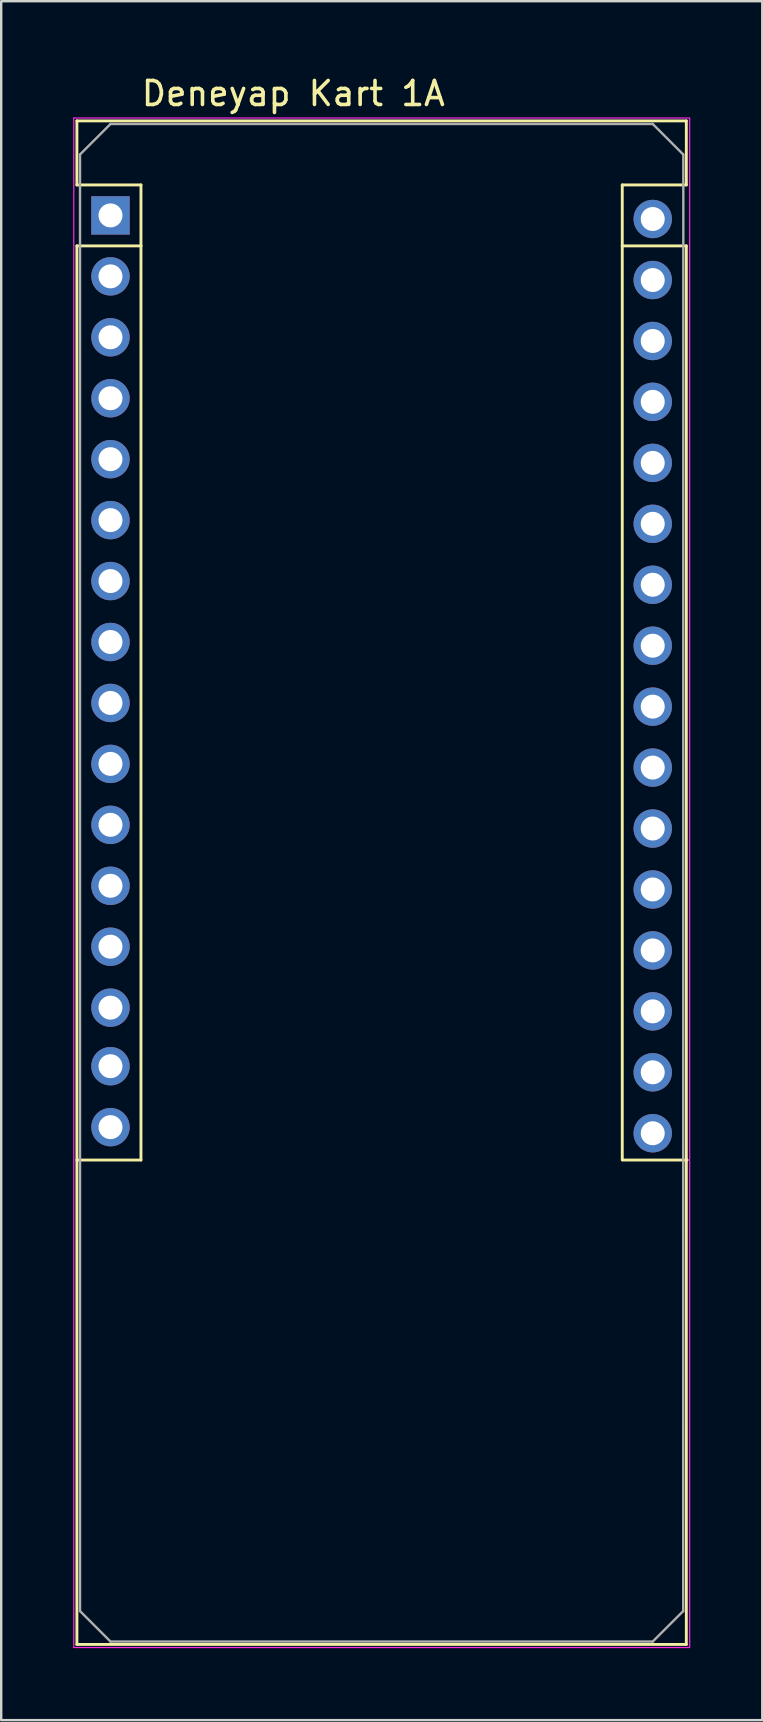
<source format=kicad_pcb>
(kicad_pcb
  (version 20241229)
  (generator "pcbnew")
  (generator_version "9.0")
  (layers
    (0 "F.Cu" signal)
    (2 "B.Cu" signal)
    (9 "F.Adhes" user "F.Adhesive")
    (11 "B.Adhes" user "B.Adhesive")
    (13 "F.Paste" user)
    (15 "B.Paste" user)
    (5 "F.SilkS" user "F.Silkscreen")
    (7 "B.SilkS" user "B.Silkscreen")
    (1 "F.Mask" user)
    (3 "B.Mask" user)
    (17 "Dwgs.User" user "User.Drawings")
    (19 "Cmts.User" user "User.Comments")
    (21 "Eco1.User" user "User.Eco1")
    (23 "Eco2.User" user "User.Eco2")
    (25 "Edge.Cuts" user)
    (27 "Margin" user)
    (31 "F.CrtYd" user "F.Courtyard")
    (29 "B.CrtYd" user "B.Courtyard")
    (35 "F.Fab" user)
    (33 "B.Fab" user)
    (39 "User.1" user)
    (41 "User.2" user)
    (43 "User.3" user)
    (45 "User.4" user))
  (footprint "Deneyap Kart 1A"
    (layer "F.Cu")
    (at 1.555 5.928)
    (property "Reference" "Deneyap Kart 1A" (at 7.62 -5.08 0) (layer "F.SilkS") (effects (font (size 1 1) (thickness 0.15))))
    (attr through_hole)
    (fp_line (start -1.4 -3.94) (end -1.4 -1.27) (stroke (width 0.12) (type solid)) (layer "F.SilkS"))
    (fp_line (start -1.4 1.27) (end -1.4 59.56) (stroke (width 0.12) (type solid)) (layer "F.SilkS"))
    (fp_line (start 1.27 -1.27) (end -1.4 -1.27) (stroke (width 0.12) (type solid)) (layer "F.SilkS"))
    (fp_line (start 1.27 1.27) (end -1.4 1.27) (stroke (width 0.12) (type solid)) (layer "F.SilkS"))
    (fp_line (start 1.27 1.27) (end 1.27 -1.27) (stroke (width 0.12) (type solid)) (layer "F.SilkS"))
    (fp_line (start 1.27 1.27) (end 1.27 39.37) (stroke (width 0.12) (type solid)) (layer "F.SilkS"))
    (fp_line (start 1.27 39.37) (end -1.4 39.37) (stroke (width 0.12) (type solid)) (layer "F.SilkS"))
    (fp_line (start 21.33 -1.27) (end 24 -1.27) (stroke (width 0.12) (type solid)) (layer "F.SilkS"))
    (fp_line (start 21.33 1.27) (end 21.33 -1.27) (stroke (width 0.12) (type solid)) (layer "F.SilkS"))
    (fp_line (start 21.33 1.27) (end 21.33 39.37) (stroke (width 0.12) (type solid)) (layer "F.SilkS"))
    (fp_line (start 21.365 39.37) (end 24.035 39.37) (stroke (width 0.12) (type solid)) (layer "F.SilkS"))
    (fp_line (start 24 -3.94) (end -1.4 -3.94) (stroke (width 0.12) (type solid)) (layer "F.SilkS"))
    (fp_line (start 24 -3.94) (end 24 -1.27) (stroke (width 0.12) (type solid)) (layer "F.SilkS"))
    (fp_line (start 24 1.27) (end 21.33 1.27) (stroke (width 0.12) (type solid)) (layer "F.SilkS"))
    (fp_line (start 24 1.27) (end 24 59.56) (stroke (width 0.12) (type solid)) (layer "F.SilkS"))
    (fp_line (start 24 59.56) (end -1.4 59.56) (stroke (width 0.12) (type solid)) (layer "F.SilkS"))
    (fp_line (start -1.53 -4.06) (end -1.53 59.68) (stroke (width 0.05) (type solid)) (layer "F.CrtYd"))
    (fp_line (start -1.53 -4.06) (end 24.13 -4.06) (stroke (width 0.05) (type solid)) (layer "F.CrtYd"))
    (fp_line (start -1.53 59.69) (end 24.13 59.69) (stroke (width 0.05) (type solid)) (layer "F.CrtYd"))
    (fp_line (start 24.14 -4.06) (end 24.14 59.68) (stroke (width 0.05) (type solid)) (layer "F.CrtYd"))
    (fp_line (start -1.27 -2.54) (end 0 -3.81) (stroke (width 0.1) (type solid)) (layer "F.Fab"))
    (fp_line (start -1.27 58.17) (end -1.27 -2.54) (stroke (width 0.1) (type solid)) (layer "F.Fab"))
    (fp_line (start -1.27 58.17) (end 0 59.44) (stroke (width 0.1) (type solid)) (layer "F.Fab"))
    (fp_line (start 0 -3.81) (end 22.6 -3.81) (stroke (width 0.1) (type solid)) (layer "F.Fab"))
    (fp_line (start 0 59.44) (end 22.6 59.44) (stroke (width 0.1) (type solid)) (layer "F.Fab"))
    (fp_line (start 22.6 -3.81) (end 23.87 -2.54) (stroke (width 0.1) (type solid)) (layer "F.Fab"))
    (fp_line (start 22.6 59.44) (end 23.87 58.17) (stroke (width 0.1) (type solid)) (layer "F.Fab"))
    (fp_line (start 23.87 58.17) (end 23.875 -2.54) (stroke (width 0.1) (type solid)) (layer "F.Fab"))
    (pad "1" thru_hole rect (at 0 0) (size 1.6 1.6) (drill 1) (layers "*.Cu" "*.Mask"))
    (pad "2" thru_hole oval (at 0 2.54) (size 1.6 1.6) (drill 1) (layers "*.Cu" "*.Mask"))
    (pad "3" thru_hole oval (at 0 5.08) (size 1.6 1.6) (drill 1) (layers "*.Cu" "*.Mask"))
    (pad "4" thru_hole oval (at 0 7.62) (size 1.6 1.6) (drill 1) (layers "*.Cu" "*.Mask"))
    (pad "5" thru_hole oval (at 0 10.16) (size 1.6 1.6) (drill 1) (layers "*.Cu" "*.Mask"))
    (pad "6" thru_hole oval (at 0 12.7) (size 1.6 1.6) (drill 1) (layers "*.Cu" "*.Mask"))
    (pad "7" thru_hole oval (at 0 15.24) (size 1.6 1.6) (drill 1) (layers "*.Cu" "*.Mask"))
    (pad "8" thru_hole oval (at 0 17.78) (size 1.6 1.6) (drill 1) (layers "*.Cu" "*.Mask"))
    (pad "9" thru_hole oval (at 0 20.32) (size 1.6 1.6) (drill 1) (layers "*.Cu" "*.Mask"))
    (pad "10" thru_hole oval (at 0 22.86) (size 1.6 1.6) (drill 1) (layers "*.Cu" "*.Mask"))
    (pad "11" thru_hole oval (at 0 25.4) (size 1.6 1.6) (drill 1) (layers "*.Cu" "*.Mask"))
    (pad "12" thru_hole oval (at 0 27.94) (size 1.6 1.6) (drill 1) (layers "*.Cu" "*.Mask"))
    (pad "13" thru_hole oval (at 0 30.48) (size 1.6 1.6) (drill 1) (layers "*.Cu" "*.Mask"))
    (pad "14" thru_hole oval (at 0 33.02) (size 1.6 1.6) (drill 1) (layers "*.Cu" "*.Mask"))
    (pad "15" thru_hole oval (at 0 35.46) (size 1.6 1.6) (drill 1) (layers "*.Cu" "*.Mask"))
    (pad "16" thru_hole oval (at 0 38) (size 1.6 1.6) (drill 1) (layers "*.Cu" "*.Mask"))
    (pad "17" thru_hole oval (at 22.6 38.254) (size 1.6 1.6) (drill 1) (layers "*.Cu" "*.Mask"))
    (pad "18" thru_hole oval (at 22.6 35.714) (size 1.6 1.6) (drill 1) (layers "*.Cu" "*.Mask"))
    (pad "19" thru_hole oval (at 22.6 33.174) (size 1.6 1.6) (drill 1) (layers "*.Cu" "*.Mask"))
    (pad "20" thru_hole oval (at 22.6 30.634) (size 1.6 1.6) (drill 1) (layers "*.Cu" "*.Mask"))
    (pad "21" thru_hole oval (at 22.6 28.094) (size 1.6 1.6) (drill 1) (layers "*.Cu" "*.Mask"))
    (pad "22" thru_hole oval (at 22.6 25.554) (size 1.6 1.6) (drill 1) (layers "*.Cu" "*.Mask"))
    (pad "23" thru_hole oval (at 22.6 23.014) (size 1.6 1.6) (drill 1) (layers "*.Cu" "*.Mask"))
    (pad "24" thru_hole oval (at 22.6 20.474) (size 1.6 1.6) (drill 1) (layers "*.Cu" "*.Mask"))
    (pad "25" thru_hole oval (at 22.6 17.934) (size 1.6 1.6) (drill 1) (layers "*.Cu" "*.Mask"))
    (pad "26" thru_hole oval (at 22.6 15.394) (size 1.6 1.6) (drill 1) (layers "*.Cu" "*.Mask"))
    (pad "27" thru_hole oval (at 22.6 12.854) (size 1.6 1.6) (drill 1) (layers "*.Cu" "*.Mask"))
    (pad "28" thru_hole oval (at 22.6 10.314) (size 1.6 1.6) (drill 1) (layers "*.Cu" "*.Mask"))
    (pad "29" thru_hole oval (at 22.6 7.77) (size 1.6 1.6) (drill 1) (layers "*.Cu" "*.Mask"))
    (pad "30" thru_hole oval (at 22.6 5.234) (size 1.6 1.6) (drill 1) (layers "*.Cu" "*.Mask"))
    (pad "31" thru_hole oval (at 22.6 2.694) (size 1.6 1.6) (drill 1) (layers "*.Cu" "*.Mask"))
    (pad "32" thru_hole oval (at 22.6 0.15) (size 1.6 1.6) (drill 1) (layers "*.Cu" "*.Mask")))
  (gr_rect
    (start -3 -3)
    (end 28.72 68.643)
    (stroke (width 0.1) (type default))
    (fill no)
    (layer "Edge.Cuts")))
</source>
